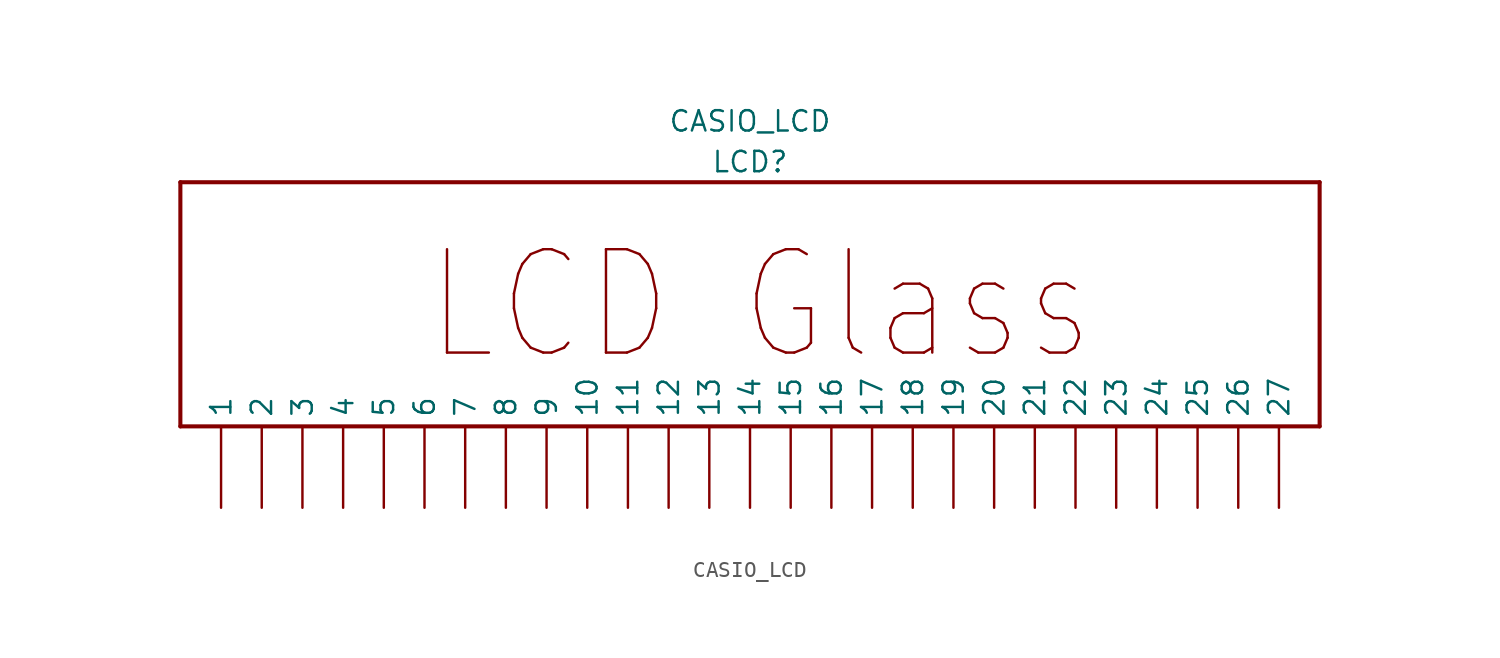
<source format=kicad_sym>
(kicad_symbol_lib
  (version 20211014)
  (generator kicad_symbol_editor)
  (symbol "CASIO_LCD"
    (property "Reference" "LCD"
      (at 0 11.43 0)
      (effects (font (size 1.27 1.27))))
    (property "Value" "CASIO_LCD"
      (at 0 13.97 0)
      (effects (font (size 1.27 1.27))))
    (symbol "CASIO_LCD_1_0"
      (polyline (pts (xy -35.56 -5.08) (xy -35.56 10.16)) (stroke (width 0.254) (type default) (color 0 0 0 0)) (fill (type none)))
      (polyline (pts (xy -35.56 10.16) (xy 35.56 10.16)) (stroke (width 0.254) (type default) (color 0 0 0 0)) (fill (type none)))
      (polyline (pts (xy 35.56 -5.08) (xy -35.56 -5.08)) (stroke (width 0.254) (type default) (color 0 0 0 0)) (fill (type none)))
      (polyline (pts (xy 35.56 10.16) (xy 35.56 -5.08)) (stroke (width 0.254) (type default) (color 0 0 0 0)) (fill (type none)))
      (text "LCD Glass" (at -20.32 -1.27 0) (effects (font (size 6.452 5.484)) (justify left bottom)))
      (pin input line (at -33.02 -10.16 90) (length 5.08) (name "1" (effects (font (size 1.27 1.27)))) (number "1" (effects (font (size 0 0)))))
      (pin input line (at -10.16 -10.16 90) (length 5.08) (name "10" (effects (font (size 1.27 1.27)))) (number "10" (effects (font (size 0 0)))))
      (pin input line (at -7.62 -10.16 90) (length 5.08) (name "11" (effects (font (size 1.27 1.27)))) (number "11" (effects (font (size 0 0)))))
      (pin input line (at -5.08 -10.16 90) (length 5.08) (name "12" (effects (font (size 1.27 1.27)))) (number "12" (effects (font (size 0 0)))))
      (pin input line (at -2.54 -10.16 90) (length 5.08) (name "13" (effects (font (size 1.27 1.27)))) (number "13" (effects (font (size 0 0)))))
      (pin input line (at 0 -10.16 90) (length 5.08) (name "14" (effects (font (size 1.27 1.27)))) (number "14" (effects (font (size 0 0)))))
      (pin input line (at 2.54 -10.16 90) (length 5.08) (name "15" (effects (font (size 1.27 1.27)))) (number "15" (effects (font (size 0 0)))))
      (pin input line (at 5.08 -10.16 90) (length 5.08) (name "16" (effects (font (size 1.27 1.27)))) (number "16" (effects (font (size 0 0)))))
      (pin input line (at 7.62 -10.16 90) (length 5.08) (name "17" (effects (font (size 1.27 1.27)))) (number "17" (effects (font (size 0 0)))))
      (pin input line (at 10.16 -10.16 90) (length 5.08) (name "18" (effects (font (size 1.27 1.27)))) (number "18" (effects (font (size 0 0)))))
      (pin input line (at 12.7 -10.16 90) (length 5.08) (name "19" (effects (font (size 1.27 1.27)))) (number "19" (effects (font (size 0 0)))))
      (pin input line (at -30.48 -10.16 90) (length 5.08) (name "2" (effects (font (size 1.27 1.27)))) (number "2" (effects (font (size 0 0)))))
      (pin input line (at 15.24 -10.16 90) (length 5.08) (name "20" (effects (font (size 1.27 1.27)))) (number "20" (effects (font (size 0 0)))))
      (pin input line (at 17.78 -10.16 90) (length 5.08) (name "21" (effects (font (size 1.27 1.27)))) (number "21" (effects (font (size 0 0)))))
      (pin input line (at 20.32 -10.16 90) (length 5.08) (name "22" (effects (font (size 1.27 1.27)))) (number "22" (effects (font (size 0 0)))))
      (pin input line (at 22.86 -10.16 90) (length 5.08) (name "23" (effects (font (size 1.27 1.27)))) (number "23" (effects (font (size 0 0)))))
      (pin input line (at 25.4 -10.16 90) (length 5.08) (name "24" (effects (font (size 1.27 1.27)))) (number "24" (effects (font (size 0 0)))))
      (pin input line (at 27.94 -10.16 90) (length 5.08) (name "25" (effects (font (size 1.27 1.27)))) (number "25" (effects (font (size 0 0)))))
      (pin input line (at 30.48 -10.16 90) (length 5.08) (name "26" (effects (font (size 1.27 1.27)))) (number "26" (effects (font (size 0 0)))))
      (pin input line (at 33.02 -10.16 90) (length 5.08) (name "27" (effects (font (size 1.27 1.27)))) (number "27" (effects (font (size 0 0)))))
      (pin input line (at -27.94 -10.16 90) (length 5.08) (name "3" (effects (font (size 1.27 1.27)))) (number "3" (effects (font (size 0 0)))))
      (pin input line (at -25.4 -10.16 90) (length 5.08) (name "4" (effects (font (size 1.27 1.27)))) (number "4" (effects (font (size 0 0)))))
      (pin input line (at -22.86 -10.16 90) (length 5.08) (name "5" (effects (font (size 1.27 1.27)))) (number "5" (effects (font (size 0 0)))))
      (pin input line (at -20.32 -10.16 90) (length 5.08) (name "6" (effects (font (size 1.27 1.27)))) (number "6" (effects (font (size 0 0)))))
      (pin input line (at -17.78 -10.16 90) (length 5.08) (name "7" (effects (font (size 1.27 1.27)))) (number "7" (effects (font (size 0 0)))))
      (pin input line (at -15.24 -10.16 90) (length 5.08) (name "8" (effects (font (size 1.27 1.27)))) (number "8" (effects (font (size 0 0)))))
      (pin input line (at -12.7 -10.16 90) (length 5.08) (name "9" (effects (font (size 1.27 1.27)))) (number "9" (effects (font (size 0 0))))))))
</source>
